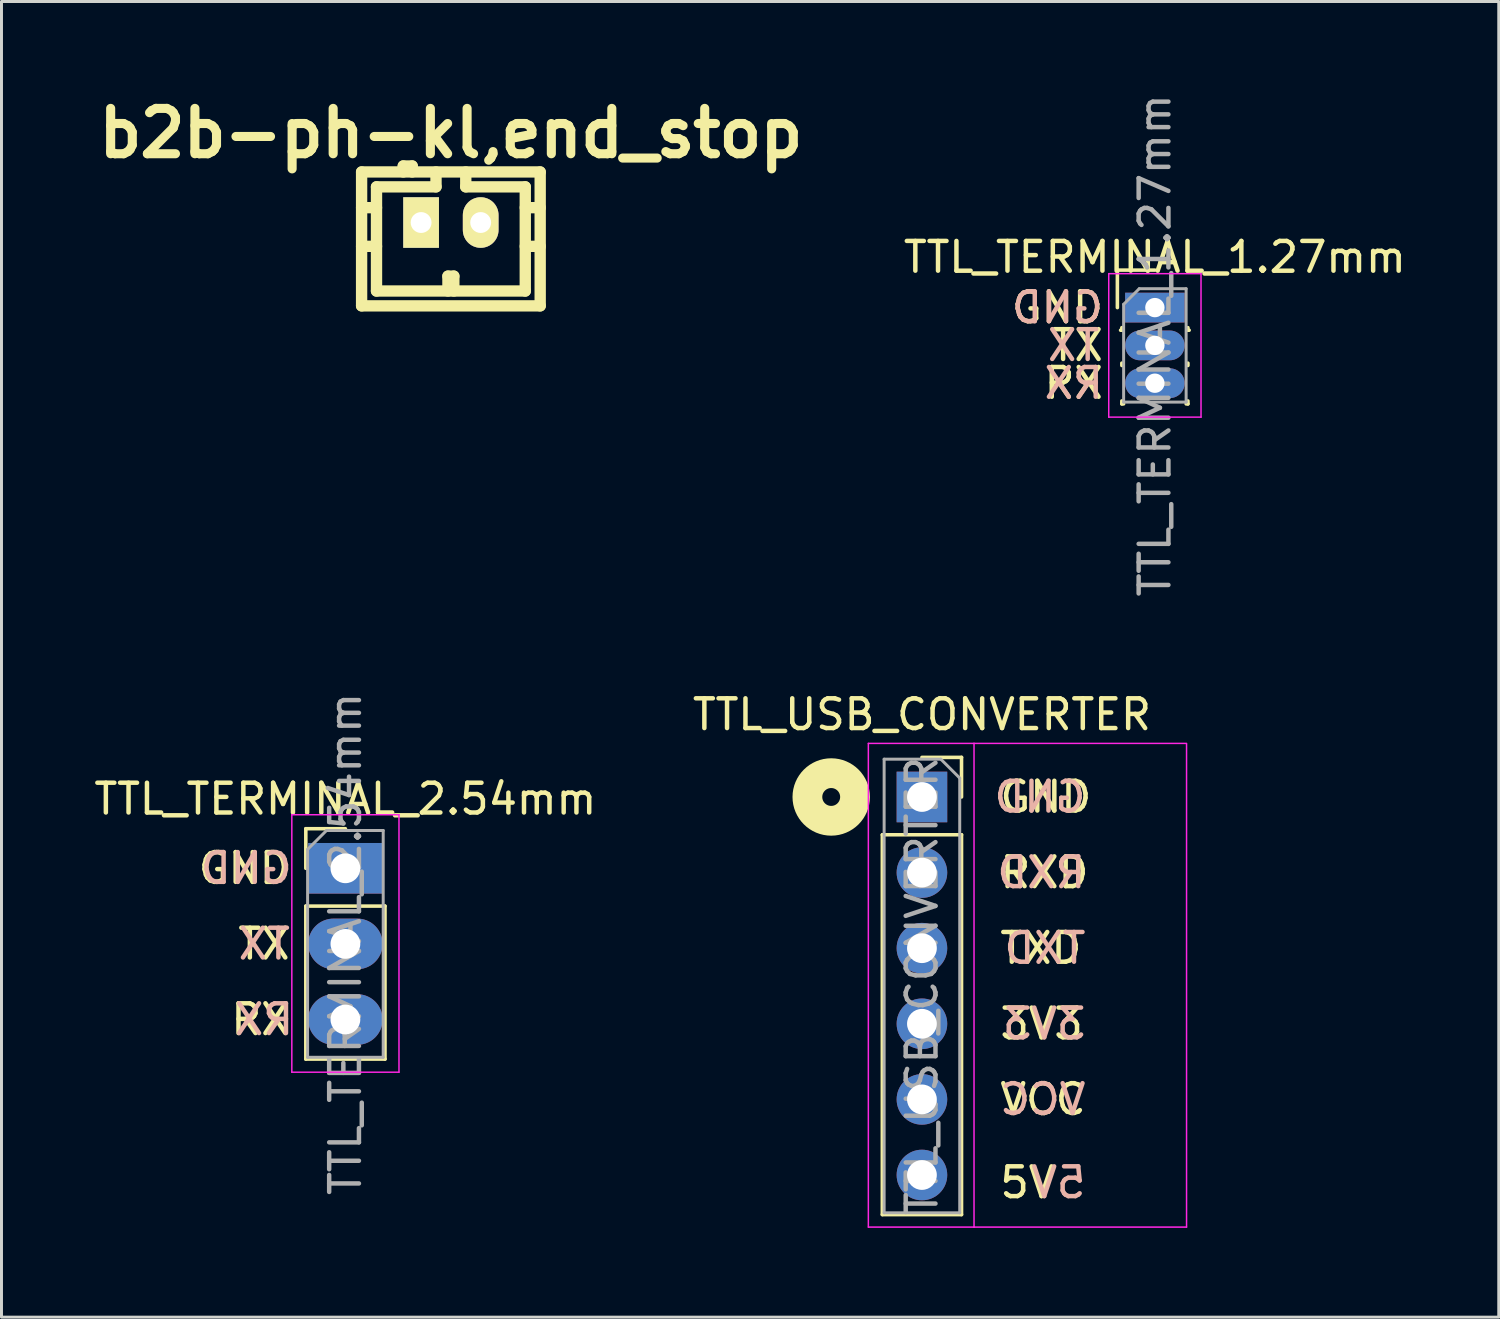
<source format=kicad_pcb>
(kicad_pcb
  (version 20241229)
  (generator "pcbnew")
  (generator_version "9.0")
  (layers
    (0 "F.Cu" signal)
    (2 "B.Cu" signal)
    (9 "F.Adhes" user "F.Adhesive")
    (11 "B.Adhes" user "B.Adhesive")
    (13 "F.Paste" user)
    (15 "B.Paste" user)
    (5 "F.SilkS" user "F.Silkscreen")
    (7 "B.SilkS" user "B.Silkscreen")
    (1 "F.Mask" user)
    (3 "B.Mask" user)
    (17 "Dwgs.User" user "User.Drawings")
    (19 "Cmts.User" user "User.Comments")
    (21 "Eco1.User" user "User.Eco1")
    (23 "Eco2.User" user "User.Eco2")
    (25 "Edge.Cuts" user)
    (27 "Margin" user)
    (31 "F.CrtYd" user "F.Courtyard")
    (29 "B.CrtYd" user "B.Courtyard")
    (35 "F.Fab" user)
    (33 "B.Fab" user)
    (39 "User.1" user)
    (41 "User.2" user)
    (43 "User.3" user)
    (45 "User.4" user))
  (footprint "b2b-ph-kl,end_stop"
    (layer "F.Cu")
    (at 12.098 4.426)
    (property "Reference" "b2b-ph-kl,end_stop" (at 0 -3 0) (layer "F.SilkS") (effects (font (size 1.524 1.524) (thickness 0.305))))
    (attr through_hole)
    (fp_line (start -3 -1.699) (end -3 2.799) (stroke (width 0.381) (type solid)) (layer "F.SilkS"))
    (fp_line (start -3 2.799) (end 3 2.799) (stroke (width 0.381) (type solid)) (layer "F.SilkS"))
    (fp_line (start -2.499 -1.199) (end -2.499 2.301) (stroke (width 0.381) (type solid)) (layer "F.SilkS"))
    (fp_line (start -2.499 -0.5) (end -3 -0.5) (stroke (width 0.381) (type solid)) (layer "F.SilkS"))
    (fp_line (start -2.499 0.8) (end -3 0.8) (stroke (width 0.381) (type solid)) (layer "F.SilkS"))
    (fp_line (start -2.499 2.301) (end 2.499 2.301) (stroke (width 0.381) (type solid)) (layer "F.SilkS"))
    (fp_line (start -1.6 -1.9) (end -1.6 -1.699) (stroke (width 0.381) (type solid)) (layer "F.SilkS"))
    (fp_line (start -1.3 -1.9) (end -1.6 -1.9) (stroke (width 0.381) (type solid)) (layer "F.SilkS"))
    (fp_line (start -1.3 -1.699) (end -1.3 -1.9) (stroke (width 0.381) (type solid)) (layer "F.SilkS"))
    (fp_line (start -0.5 -1.699) (end -0.5 -1.199) (stroke (width 0.381) (type solid)) (layer "F.SilkS"))
    (fp_line (start -0.5 -1.199) (end -2.499 -1.199) (stroke (width 0.381) (type solid)) (layer "F.SilkS"))
    (fp_line (start -0.099 1.801) (end 0.099 1.801) (stroke (width 0.381) (type solid)) (layer "F.SilkS"))
    (fp_line (start -0.099 2.301) (end -0.099 1.801) (stroke (width 0.381) (type solid)) (layer "F.SilkS"))
    (fp_line (start 0.099 1.801) (end 0.099 2.301) (stroke (width 0.381) (type solid)) (layer "F.SilkS"))
    (fp_line (start 0.5 -1.199) (end 0.5 -1.699) (stroke (width 0.381) (type solid)) (layer "F.SilkS"))
    (fp_line (start 2.499 -1.199) (end 0.5 -1.199) (stroke (width 0.381) (type solid)) (layer "F.SilkS"))
    (fp_line (start 2.499 0.8) (end 3 0.8) (stroke (width 0.381) (type solid)) (layer "F.SilkS"))
    (fp_line (start 2.499 2.301) (end 2.499 -1.199) (stroke (width 0.381) (type solid)) (layer "F.SilkS"))
    (fp_line (start 3 -1.699) (end -3 -1.699) (stroke (width 0.381) (type solid)) (layer "F.SilkS"))
    (fp_line (start 3 -1.699) (end 3 2.799) (stroke (width 0.381) (type solid)) (layer "F.SilkS"))
    (fp_line (start 3 -0.5) (end 2.499 -0.5) (stroke (width 0.381) (type solid)) (layer "F.SilkS"))
    (pad "1" thru_hole rect (at -1.001 0) (size 1.199 1.699) (drill 0.701) (layers "*.Cu" "*.Mask" "F.SilkS"))
    (pad "2" thru_hole oval (at 1.001 0) (size 1.199 1.699) (drill 0.701) (layers "*.Cu" "*.Mask" "F.SilkS")))
  (footprint "TTL_TERMINAL_1.27mm"
    (layer "F.Cu")
    (at 35.749 7.284)
    (property "Reference" "TTL_TERMINAL_1.27mm" (at 0 -1.695 0) (layer "F.SilkS") (effects (font (size 1 1) (thickness 0.15))))
    (attr through_hole)
    (fp_line (start -1.26 -1.26) (end 0 -1.26) (stroke (width 0.12) (type solid)) (layer "F.SilkS"))
    (fp_line (start -1.26 0) (end -1.26 -1.26) (stroke (width 0.12) (type solid)) (layer "F.SilkS"))
    (fp_line (start -1.11 0.76) (end -1.152 0.76) (stroke (width 0.12) (type solid)) (layer "F.SilkS"))
    (fp_line (start -1.11 0.76) (end -1.11 0.674) (stroke (width 0.12) (type solid)) (layer "F.SilkS"))
    (fp_line (start -1.11 1.866) (end -1.11 1.944) (stroke (width 0.12) (type solid)) (layer "F.SilkS"))
    (fp_line (start -1.11 3.136) (end -1.11 3.235) (stroke (width 0.12) (type solid)) (layer "F.SilkS"))
    (fp_line (start -1.11 3.235) (end -1.051 3.235) (stroke (width 0.12) (type solid)) (layer "F.SilkS"))
    (fp_line (start 1.051 3.235) (end 1.11 3.235) (stroke (width 0.12) (type solid)) (layer "F.SilkS"))
    (fp_line (start 1.11 0.76) (end 1.11 0.674) (stroke (width 0.12) (type solid)) (layer "F.SilkS"))
    (fp_line (start 1.11 1.866) (end 1.11 1.944) (stroke (width 0.12) (type solid)) (layer "F.SilkS"))
    (fp_line (start 1.11 3.136) (end 1.11 3.235) (stroke (width 0.12) (type solid)) (layer "F.SilkS"))
    (fp_line (start 1.152 0.76) (end 1.11 0.76) (stroke (width 0.12) (type solid)) (layer "F.SilkS"))
    (fp_line (start -1.55 -1.14) (end -1.55 3.68) (stroke (width 0.05) (type solid)) (layer "F.CrtYd"))
    (fp_line (start -1.55 3.68) (end 1.55 3.68) (stroke (width 0.05) (type solid)) (layer "F.CrtYd"))
    (fp_line (start 1.55 -1.14) (end -1.55 -1.14) (stroke (width 0.05) (type solid)) (layer "F.CrtYd"))
    (fp_line (start 1.55 3.68) (end 1.55 -1.14) (stroke (width 0.05) (type solid)) (layer "F.CrtYd"))
    (fp_line (start -1.05 -0.11) (end -0.525 -0.635) (stroke (width 0.1) (type solid)) (layer "F.Fab"))
    (fp_line (start -1.05 3.175) (end -1.05 -0.11) (stroke (width 0.1) (type solid)) (layer "F.Fab"))
    (fp_line (start -0.525 -0.635) (end 1.05 -0.635) (stroke (width 0.1) (type solid)) (layer "F.Fab"))
    (fp_line (start 1.05 -0.635) (end 1.05 3.175) (stroke (width 0.1) (type solid)) (layer "F.Fab"))
    (fp_line (start 1.05 3.175) (end -1.05 3.175) (stroke (width 0.1) (type solid)) (layer "F.Fab"))
    (fp_text user "GND" (at -1.651 0 0) (layer "F.SilkS") (effects (font (size 1 1) (thickness 0.15)) (justify right)))
    (fp_text user "TX" (at -1.651 1.27 0) (layer "F.SilkS") (effects (font (size 1 1) (thickness 0.15)) (justify right)))
    (fp_text user "RX" (at -1.651 2.54 0) (layer "F.SilkS") (effects (font (size 1 1) (thickness 0.15)) (justify right)))
    (fp_text user "RX" (at -1.651 2.54 0) (layer "B.SilkS") (effects (font (size 1 1) (thickness 0.15)) (justify left mirror)))
    (fp_text user "TX" (at -1.778 1.27 0) (layer "B.SilkS") (effects (font (size 1 1) (thickness 0.15)) (justify left mirror)))
    (fp_text user "GND" (at -1.651 0 0) (layer "B.SilkS") (effects (font (size 1 1) (thickness 0.15)) (justify left mirror)))
    (fp_text user "${REFERENCE}" (at 0 1.27 90) (layer "F.Fab") (effects (font (size 1 1) (thickness 0.15))))
    (pad "G" thru_hole rect (at 0 0) (size 2 1) (drill 0.65) (layers "*.Cu" "*.Mask"))
    (pad "R" thru_hole oval (at 0 2.54) (size 2 1) (drill 0.65) (layers "*.Cu" "*.Mask"))
    (pad "T" thru_hole oval (at 0 1.27) (size 2 1) (drill 0.65) (layers "*.Cu" "*.Mask")))
  (footprint "TTL_USB_CONVERTER"
    (layer "F.Cu")
    (at 27.923 23.725)
    (property "Reference" "TTL_USB_CONVERTER" (at 0 -2.77 0) (layer "F.SilkS") (effects (font (size 1 1) (thickness 0.15))))
    (attr through_hole)
    (fp_line (start -1.33 1.27) (end -1.33 14.03) (stroke (width 0.12) (type solid)) (layer "F.SilkS"))
    (fp_line (start -1.33 1.27) (end 1.33 1.27) (stroke (width 0.12) (type solid)) (layer "F.SilkS"))
    (fp_line (start -1.33 14.03) (end 1.33 14.03) (stroke (width 0.12) (type solid)) (layer "F.SilkS"))
    (fp_line (start 0 -1.33) (end 1.33 -1.33) (stroke (width 0.12) (type solid)) (layer "F.SilkS"))
    (fp_line (start 1.33 -1.33) (end 1.33 0) (stroke (width 0.12) (type solid)) (layer "F.SilkS"))
    (fp_line (start 1.33 1.27) (end 1.33 14.03) (stroke (width 0.12) (type solid)) (layer "F.SilkS"))
    (fp_circle (center -3.048 0) (end -2.748 0) (stroke (width 1) (type solid)) (fill no) (layer "F.SilkS"))
    (fp_line (start -1.8 -1.8) (end 1.75 -1.8) (stroke (width 0.05) (type solid)) (layer "F.CrtYd"))
    (fp_line (start -1.8 14.45) (end -1.8 -1.8) (stroke (width 0.05) (type solid)) (layer "F.CrtYd"))
    (fp_line (start 1.75 -1.8) (end 1.75 14.45) (stroke (width 0.05) (type solid)) (layer "F.CrtYd"))
    (fp_line (start 1.75 -1.8) (end 8.89 -1.8) (stroke (width 0.05) (type solid)) (layer "F.CrtYd"))
    (fp_line (start 1.75 14.45) (end -1.8 14.45) (stroke (width 0.05) (type solid)) (layer "F.CrtYd"))
    (fp_line (start 8.89 -1.778) (end 8.89 14.45) (stroke (width 0.05) (type solid)) (layer "F.CrtYd"))
    (fp_line (start 8.89 14.45) (end 1.75 14.45) (stroke (width 0.05) (type solid)) (layer "F.CrtYd"))
    (fp_line (start -1.27 -1.27) (end 0.635 -1.27) (stroke (width 0.1) (type solid)) (layer "F.Fab"))
    (fp_line (start -1.27 13.97) (end -1.27 -1.27) (stroke (width 0.1) (type solid)) (layer "F.Fab"))
    (fp_line (start 0.635 -1.27) (end 1.27 -0.635) (stroke (width 0.1) (type solid)) (layer "F.Fab"))
    (fp_line (start 1.27 -0.635) (end 1.27 13.97) (stroke (width 0.1) (type solid)) (layer "F.Fab"))
    (fp_line (start 1.27 13.97) (end -1.27 13.97) (stroke (width 0.1) (type solid)) (layer "F.Fab"))
    (fp_text user "GND" (at 2.54 0 0) (layer "F.SilkS") (effects (font (size 1 1) (thickness 0.15)) (justify left)))
    (fp_text user "5V" (at 2.54 12.954 0) (layer "F.SilkS") (effects (font (size 1 1) (thickness 0.15)) (justify left)))
    (fp_text user "3V3" (at 2.54 7.62 0) (layer "F.SilkS") (effects (font (size 1 1) (thickness 0.15)) (justify left)))
    (fp_text user "TXD" (at 2.54 5.08 0) (layer "F.SilkS") (effects (font (size 1 1) (thickness 0.15)) (justify left)))
    (fp_text user "RXD" (at 2.54 2.54 0) (layer "F.SilkS") (effects (font (size 1 1) (thickness 0.15)) (justify left)))
    (fp_text user "VCC" (at 2.54 10.16 0) (layer "F.SilkS") (effects (font (size 1 1) (thickness 0.15)) (justify left)))
    (fp_text user "TXD" (at 5.588 5.08 0) (layer "B.SilkS") (effects (font (size 1 1) (thickness 0.15)) (justify left mirror)))
    (fp_text user "5V" (at 5.588 12.954 0) (layer "B.SilkS") (effects (font (size 1 1) (thickness 0.15)) (justify left mirror)))
    (fp_text user "3V3" (at 5.588 7.62 0) (layer "B.SilkS") (effects (font (size 1 1) (thickness 0.15)) (justify left mirror)))
    (fp_text user "VCC" (at 5.588 10.16 0) (layer "B.SilkS") (effects (font (size 1 1) (thickness 0.15)) (justify left mirror)))
    (fp_text user "GND" (at 5.588 0 0) (layer "B.SilkS") (effects (font (size 1 1) (thickness 0.15)) (justify left mirror)))
    (fp_text user "RXD" (at 5.588 2.54 0) (layer "B.SilkS") (effects (font (size 1 1) (thickness 0.15)) (justify left mirror)))
    (fp_text user "${REFERENCE}" (at 0 6.35 90) (layer "F.Fab") (effects (font (size 1 1) (thickness 0.15))))
    (pad "1" thru_hole rect (at 0 0) (size 1.7 1.7) (drill 1) (layers "*.Cu" "*.Mask"))
    (pad "2" thru_hole oval (at 0 2.54) (size 1.7 1.7) (drill 1) (layers "*.Cu" "*.Mask"))
    (pad "3" thru_hole oval (at 0 5.08) (size 1.7 1.7) (drill 1) (layers "*.Cu" "*.Mask"))
    (pad "4" thru_hole oval (at 0 7.62) (size 1.7 1.7) (drill 1) (layers "*.Cu" "*.Mask"))
    (pad "5" thru_hole oval (at 0 10.16) (size 1.7 1.7) (drill 1) (layers "*.Cu" "*.Mask"))
    (pad "6" thru_hole oval (at 0 12.7) (size 1.7 1.7) (drill 1) (layers "*.Cu" "*.Mask")))
  (footprint "TTL_TERMINAL_2.54mm"
    (layer "F.Cu")
    (at 8.554 26.121)
    (property "Reference" "TTL_TERMINAL_2.54mm" (at 0 -2.33 0) (layer "F.SilkS") (effects (font (size 1 1) (thickness 0.15))))
    (attr through_hole)
    (fp_line (start -1.33 -1.33) (end 0 -1.33) (stroke (width 0.12) (type solid)) (layer "F.SilkS"))
    (fp_line (start -1.33 0) (end -1.33 -1.33) (stroke (width 0.12) (type solid)) (layer "F.SilkS"))
    (fp_line (start -1.33 1.27) (end -1.33 6.41) (stroke (width 0.12) (type solid)) (layer "F.SilkS"))
    (fp_line (start -1.33 1.27) (end 1.33 1.27) (stroke (width 0.12) (type solid)) (layer "F.SilkS"))
    (fp_line (start -1.33 6.41) (end 1.33 6.41) (stroke (width 0.12) (type solid)) (layer "F.SilkS"))
    (fp_line (start 1.33 1.27) (end 1.33 6.41) (stroke (width 0.12) (type solid)) (layer "F.SilkS"))
    (fp_line (start -1.8 -1.8) (end -1.8 6.85) (stroke (width 0.05) (type solid)) (layer "F.CrtYd"))
    (fp_line (start -1.8 6.85) (end 1.8 6.85) (stroke (width 0.05) (type solid)) (layer "F.CrtYd"))
    (fp_line (start 1.8 -1.8) (end -1.8 -1.8) (stroke (width 0.05) (type solid)) (layer "F.CrtYd"))
    (fp_line (start 1.8 6.85) (end 1.8 -1.8) (stroke (width 0.05) (type solid)) (layer "F.CrtYd"))
    (fp_line (start -1.27 -0.635) (end -0.635 -1.27) (stroke (width 0.1) (type solid)) (layer "F.Fab"))
    (fp_line (start -1.27 6.35) (end -1.27 -0.635) (stroke (width 0.1) (type solid)) (layer "F.Fab"))
    (fp_line (start -0.635 -1.27) (end 1.27 -1.27) (stroke (width 0.1) (type solid)) (layer "F.Fab"))
    (fp_line (start 1.27 -1.27) (end 1.27 6.35) (stroke (width 0.1) (type solid)) (layer "F.Fab"))
    (fp_line (start 1.27 6.35) (end -1.27 6.35) (stroke (width 0.1) (type solid)) (layer "F.Fab"))
    (fp_text user "TX" (at -1.778 2.54 0) (layer "F.SilkS") (effects (font (size 1 1) (thickness 0.15)) (justify right)))
    (fp_text user "GND" (at -1.778 0 0) (layer "F.SilkS") (effects (font (size 1 1) (thickness 0.15)) (justify right)))
    (fp_text user "RX" (at -1.778 5.08 0) (layer "F.SilkS") (effects (font (size 1 1) (thickness 0.15)) (justify right)))
    (fp_text user "RX" (at -3.81 5.08 0) (layer "B.SilkS") (effects (font (size 1 1) (thickness 0.15)) (justify right mirror)))
    (fp_text user "TX" (at -3.683 2.54 0) (layer "B.SilkS") (effects (font (size 1 1) (thickness 0.15)) (justify right mirror)))
    (fp_text user "GND" (at -4.953 0 0) (layer "B.SilkS") (effects (font (size 1 1) (thickness 0.15)) (justify right mirror)))
    (fp_text user "${REFERENCE}" (at 0 2.54 90) (layer "F.Fab") (effects (font (size 1 1) (thickness 0.15))))
    (pad "G" thru_hole rect (at 0 0) (size 2.5 1.7) (drill 1) (layers "*.Cu" "*.Mask"))
    (pad "R" thru_hole oval (at 0 5.08) (size 2.5 1.7) (drill 1) (layers "*.Cu" "*.Mask"))
    (pad "T" thru_hole oval (at 0 2.54) (size 2.5 1.7) (drill 1) (layers "*.Cu" "*.Mask")))
  (gr_rect
    (start -3 -3)
    (end 47.302 41.2)
    (stroke (width 0.1) (type default))
    (fill no)
    (layer "Edge.Cuts")))
</source>
